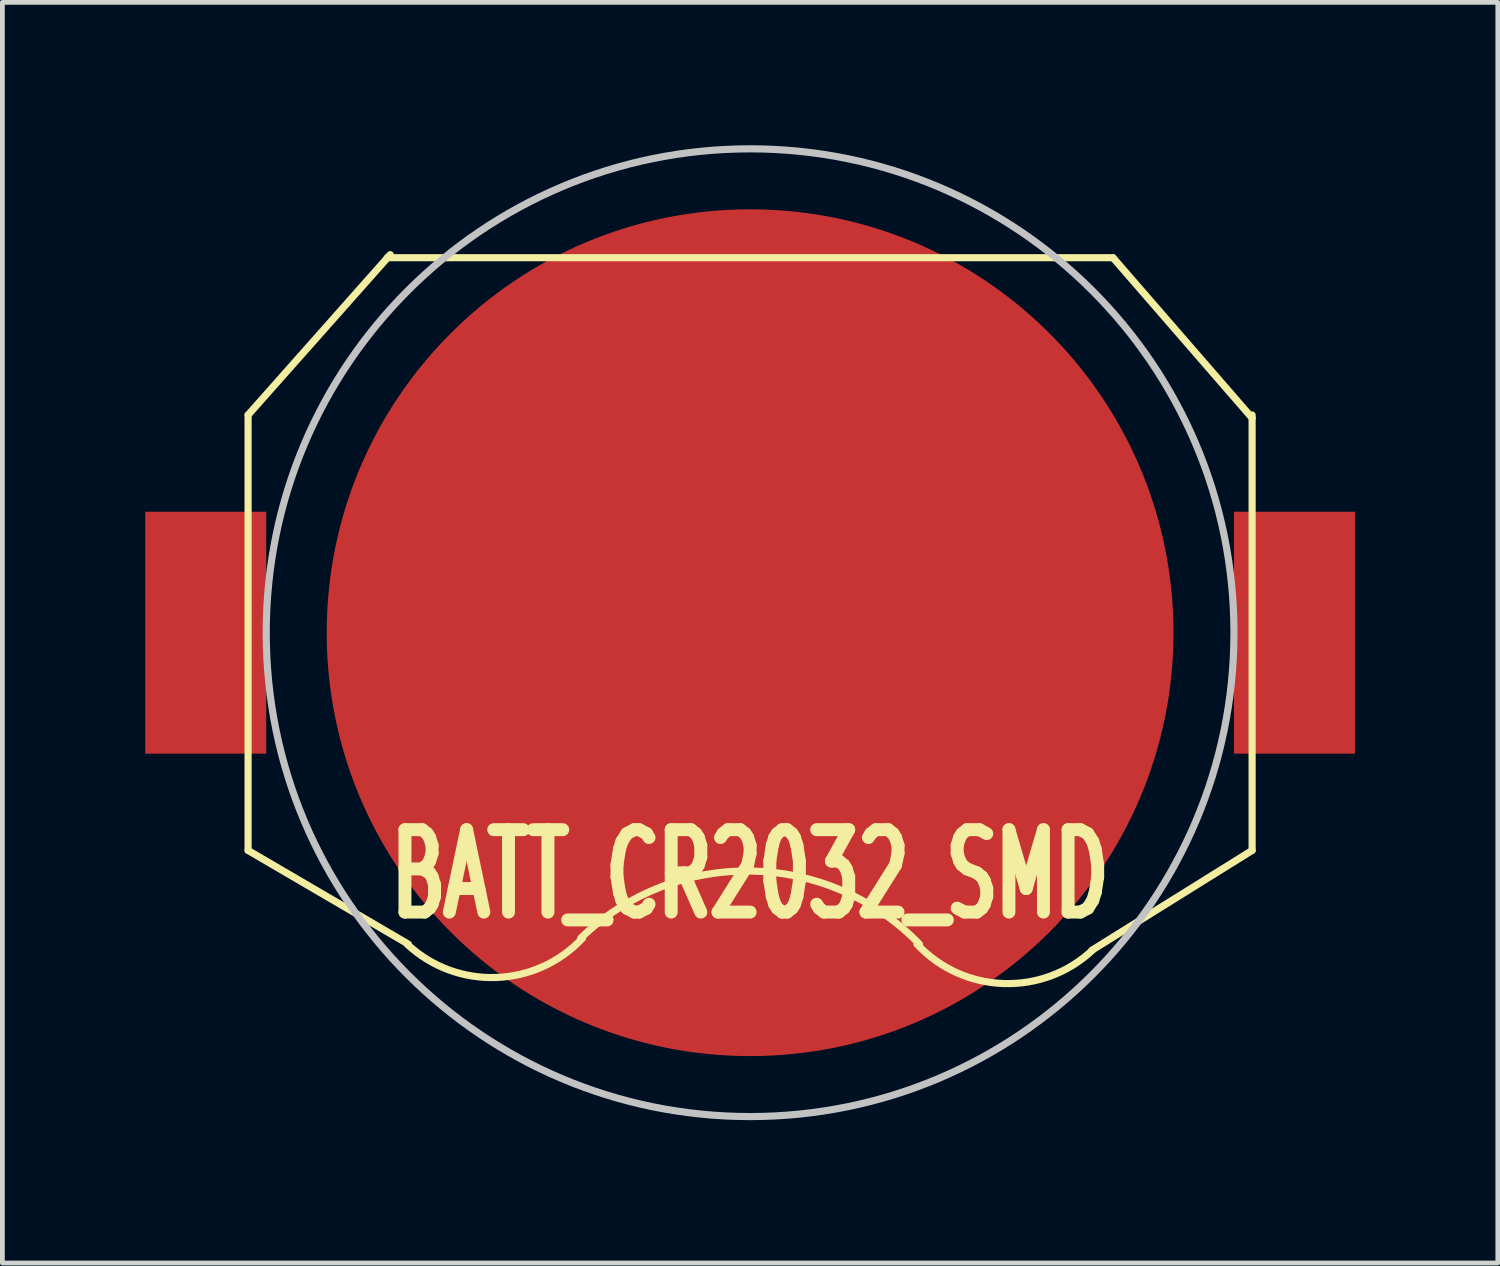
<source format=kicad_pcb>
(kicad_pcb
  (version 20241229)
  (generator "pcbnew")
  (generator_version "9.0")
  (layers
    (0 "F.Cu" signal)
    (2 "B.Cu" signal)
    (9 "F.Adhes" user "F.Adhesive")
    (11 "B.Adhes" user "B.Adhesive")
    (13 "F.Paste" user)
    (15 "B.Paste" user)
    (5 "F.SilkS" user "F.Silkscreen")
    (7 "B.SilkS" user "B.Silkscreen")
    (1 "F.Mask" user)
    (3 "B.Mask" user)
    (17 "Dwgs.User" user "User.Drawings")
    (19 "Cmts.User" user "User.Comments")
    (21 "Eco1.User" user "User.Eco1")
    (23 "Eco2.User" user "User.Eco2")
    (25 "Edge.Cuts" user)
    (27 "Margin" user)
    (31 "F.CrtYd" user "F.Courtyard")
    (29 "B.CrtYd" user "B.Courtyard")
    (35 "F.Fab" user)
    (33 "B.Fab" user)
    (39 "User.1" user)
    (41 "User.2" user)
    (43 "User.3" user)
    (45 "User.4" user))
  (footprint "BATT_CR2032_SMD"
    (layer "F.Cu")
    (at 12.7 10.235)
    (property "Reference" "BATT_CR2032_SMD" (at 0 5.08 0) (layer "F.SilkS") (effects (font (size 1.73 1.087) (thickness 0.272))))
    (attr through_hole)
    (fp_line (start -10.541 -4.572) (end -7.556 -7.938) (stroke (width 0.15) (type solid)) (layer "F.SilkS"))
    (fp_line (start -10.541 4.572) (end -10.541 -4.572) (stroke (width 0.15) (type solid)) (layer "F.SilkS"))
    (fp_line (start -7.62 -7.874) (end 7.62 -7.874) (stroke (width 0.15) (type solid)) (layer "F.SilkS"))
    (fp_line (start -7.176 6.54) (end -10.541 4.572) (stroke (width 0.15) (type solid)) (layer "F.SilkS"))
    (fp_line (start 7.176 6.668) (end 10.541 4.572) (stroke (width 0.15) (type solid)) (layer "F.SilkS"))
    (fp_line (start 7.62 -7.874) (end 10.541 -4.508) (stroke (width 0.15) (type solid)) (layer "F.SilkS"))
    (fp_line (start 10.541 4.572) (end 10.541 -4.572) (stroke (width 0.15) (type solid)) (layer "F.SilkS"))
    (fp_arc (start -3.556 6.4135) (mid 0.026303 5.004057) (end 3.556 6.5405) (stroke (width 0.15) (type solid)) (layer "F.SilkS"))
    (fp_arc (start -3.5179 6.4135) (mid -5.333097 7.239774) (end -7.2009 6.5405) (stroke (width 0.15) (type solid)) (layer "F.SilkS"))
    (fp_arc (start 7.1882 6.6675) (mid 5.320397 7.366774) (end 3.5052 6.5405) (stroke (width 0.15) (type solid)) (layer "F.SilkS"))
    (fp_circle (center 0 0) (end -10.16 0) (stroke (width 0.15) (type solid)) (fill no) (layer "Dwgs.User"))
    (pad "1" smd rect (at -11.43 0) (size 2.54 5.08) (layers "F.Cu" "F.Mask" "F.Paste"))
    (pad "1" smd rect (at 11.43 0) (size 2.54 5.08) (layers "F.Cu" "F.Mask" "F.Paste"))
    (pad "2" smd circle (at 0 0) (size 17.78 17.78) (layers "F.Cu" "F.Mask" "F.Paste")))
  (gr_rect
    (start -3 -3)
    (end 28.4 23.47)
    (stroke (width 0.1) (type default))
    (fill no)
    (layer "Edge.Cuts")))
</source>
